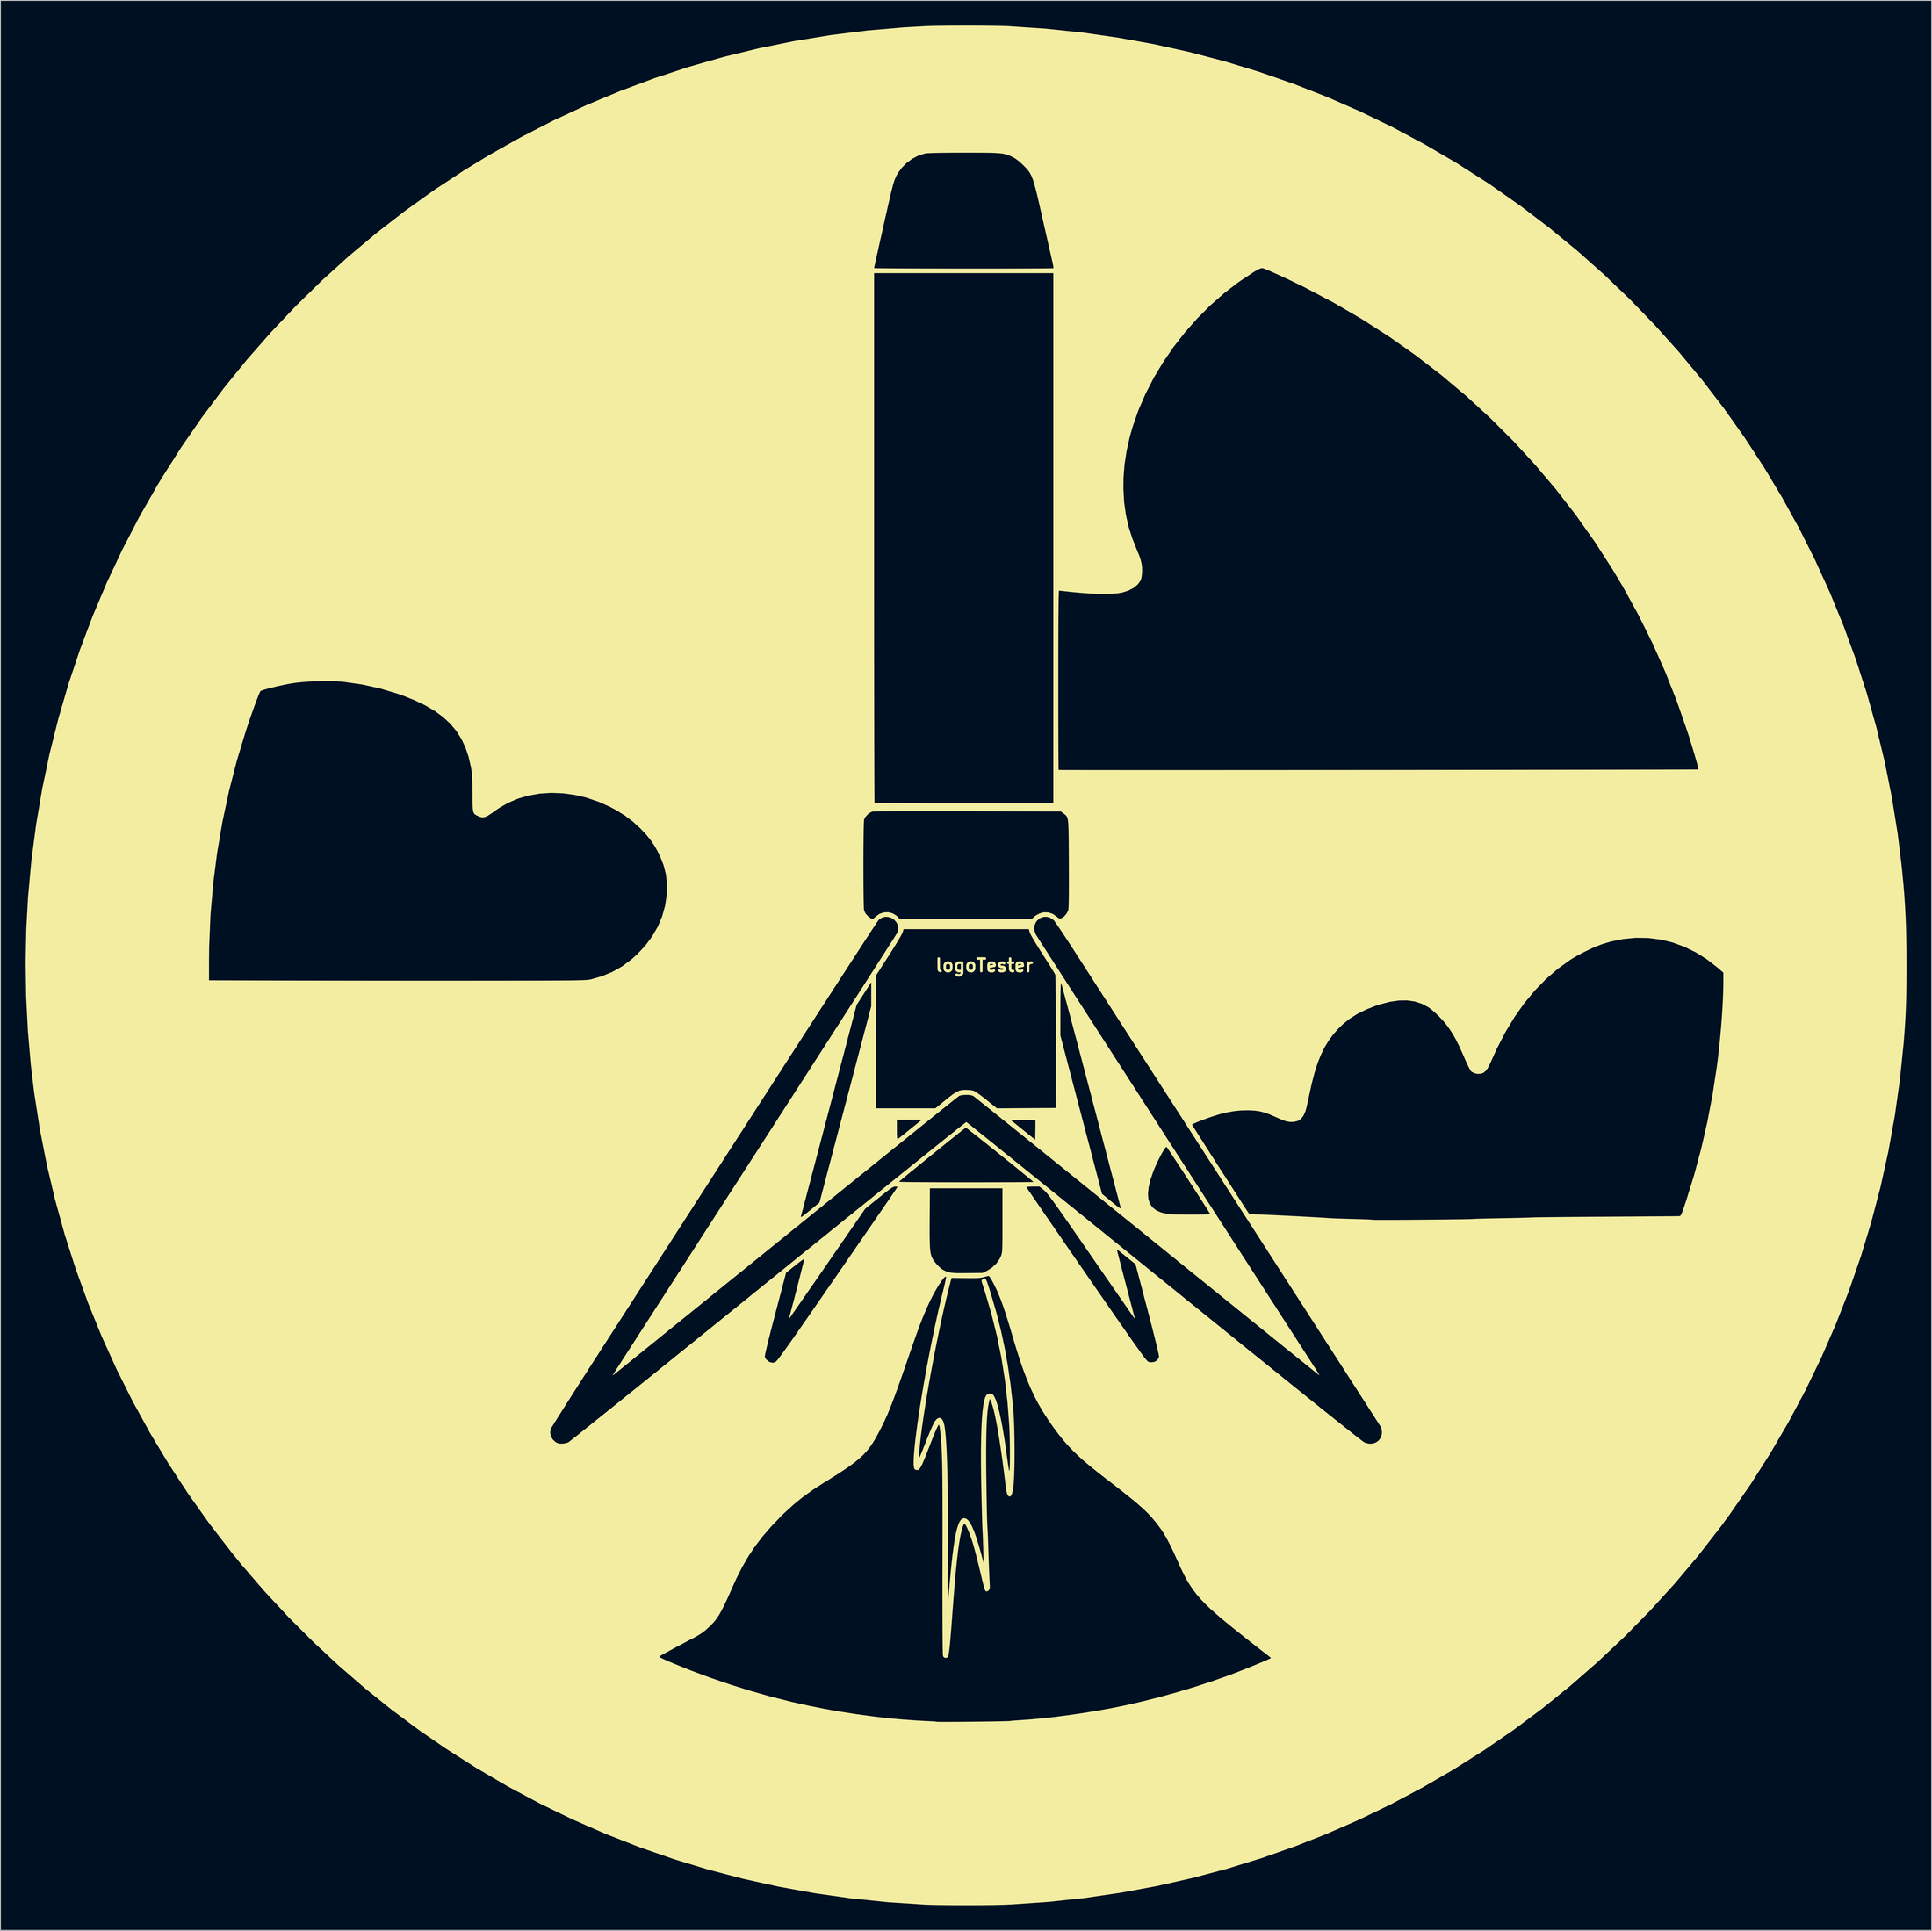
<source format=kicad_pcb>
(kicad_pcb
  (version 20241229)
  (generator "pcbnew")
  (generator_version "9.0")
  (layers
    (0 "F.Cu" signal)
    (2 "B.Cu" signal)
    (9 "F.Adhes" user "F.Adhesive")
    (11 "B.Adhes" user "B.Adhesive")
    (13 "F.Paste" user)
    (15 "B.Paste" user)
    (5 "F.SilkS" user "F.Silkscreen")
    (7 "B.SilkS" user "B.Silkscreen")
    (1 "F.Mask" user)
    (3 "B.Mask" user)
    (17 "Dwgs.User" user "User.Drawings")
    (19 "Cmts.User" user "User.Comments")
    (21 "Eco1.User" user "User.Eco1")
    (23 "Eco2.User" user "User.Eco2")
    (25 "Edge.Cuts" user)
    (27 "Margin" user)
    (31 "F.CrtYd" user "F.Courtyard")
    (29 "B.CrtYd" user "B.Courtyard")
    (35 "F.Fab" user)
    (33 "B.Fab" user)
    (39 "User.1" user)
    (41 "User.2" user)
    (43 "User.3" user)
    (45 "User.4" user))
  (footprint "logoTester"
    (layer "F.Cu")
    (at 114.117 111.904)
    (property "Reference" "logoTester" (at 0 0 0) (layer "F.SilkS") (effects (font (size 1.5 1.5) (thickness 0.3))))
    (attr board_only exclude_from_pos_files exclude_from_bom)
    (fp_poly (pts (xy -1.271 -111.903) (xy -0.314 -111.898) (xy 0.592 -111.889) (xy 1.419 -111.877) (xy 2.14 -111.861) (xy 2.728 -111.842) (xy 2.879 -111.836) (xy 7.278 -111.543) (xy 11.637 -111.087) (xy 15.954 -110.468) (xy 20.226 -109.689) (xy 24.449 -108.749) (xy 28.621 -107.651) (xy 32.74 -106.393) (xy 36.802 -104.979) (xy 40.804 -103.408) (xy 44.743 -101.681) (xy 48.617 -99.8) (xy 52.422 -97.765) (xy 56.157 -95.578) (xy 59.817 -93.239) (xy 60.286 -92.924) (xy 63.839 -90.43) (xy 67.279 -87.812) (xy 70.604 -85.075) (xy 73.812 -82.223) (xy 76.9 -79.259) (xy 79.866 -76.188) (xy 82.707 -73.014) (xy 85.421 -69.74) (xy 88.005 -66.371) (xy 90.458 -62.911) (xy 92.776 -59.363) (xy 94.957 -55.732) (xy 97 -52.022) (xy 98.9 -48.237) (xy 100.656 -44.381) (xy 102.266 -40.457) (xy 103.727 -36.47) (xy 105.037 -32.424) (xy 106.192 -28.323) (xy 107.192 -24.17) (xy 108.032 -19.97) (xy 108.712 -15.728) (xy 109.132 -12.361) (xy 109.281 -10.937) (xy 109.407 -9.606) (xy 109.511 -8.337) (xy 109.594 -7.097) (xy 109.659 -5.852) (xy 109.707 -4.572) (xy 109.739 -3.223) (xy 109.758 -1.773) (xy 109.765 -0.19) (xy 109.765 -0.042) (xy 109.762 1.247) (xy 109.754 2.397) (xy 109.74 3.437) (xy 109.717 4.398) (xy 109.685 5.308) (xy 109.643 6.198) (xy 109.59 7.097) (xy 109.525 8.036) (xy 109.446 9.044) (xy 109.428 9.271) (xy 108.985 13.609) (xy 108.377 17.91) (xy 107.606 22.171) (xy 106.674 26.389) (xy 105.58 30.559) (xy 104.327 34.679) (xy 102.917 38.744) (xy 101.35 42.75) (xy 99.628 46.695) (xy 97.752 50.574) (xy 95.724 54.384) (xy 93.544 58.121) (xy 91.216 61.781) (xy 88.739 65.361) (xy 87.683 66.802) (xy 85.027 70.225) (xy 82.237 73.547) (xy 79.317 76.763) (xy 76.27 79.87) (xy 73.1 82.862) (xy 69.812 85.737) (xy 66.421 88.481) (xy 63.016 91.024) (xy 59.501 93.443) (xy 55.885 95.731) (xy 52.178 97.884) (xy 48.388 99.896) (xy 44.526 101.762) (xy 40.6 103.477) (xy 37.084 104.864) (xy 33.03 106.292) (xy 28.917 107.562) (xy 24.751 108.673) (xy 20.537 109.625) (xy 16.281 110.415) (xy 11.989 111.043) (xy 7.666 111.507) (xy 3.318 111.807) (xy 2.709 111.836) (xy 2.133 111.856) (xy 1.418 111.873) (xy 0.595 111.886) (xy -0.31 111.895) (xy -1.268 111.9) (xy -2.252 111.902) (xy -3.232 111.9) (xy -4.181 111.894) (xy -5.071 111.884) (xy -5.874 111.871) (xy -6.562 111.854) (xy -7.07 111.835) (xy -11.485 111.545) (xy -15.856 111.093) (xy -20.182 110.478) (xy -24.461 109.701) (xy -28.69 108.764) (xy -32.867 107.666) (xy -36.991 106.409) (xy -41.058 104.994) (xy -45.067 103.42) (xy -49.016 101.689) (xy -52.903 99.802) (xy -56.725 97.759) (xy -60.48 95.561) (xy -64.167 93.208) (xy -67.256 91.08) (xy -70.523 88.653) (xy -73.729 86.076) (xy -76.862 83.362) (xy -78.005 82.297) (xy -38.669 82.297) (xy -38.647 82.35) (xy -38.55 82.422) (xy -38.361 82.523) (xy -38.063 82.662) (xy -37.64 82.847) (xy -37.178 83.045) (xy -34.978 83.939) (xy -32.655 84.804) (xy -30.259 85.624) (xy -27.834 86.383) (xy -25.428 87.067) (xy -23.089 87.659) (xy -22.901 87.704) (xy -20.967 88.136) (xy -19.077 88.517) (xy -17.185 88.855) (xy -15.248 89.156) (xy -13.22 89.429) (xy -11.599 89.621) (xy -11.05 89.677) (xy -10.38 89.737) (xy -9.636 89.798) (xy -8.869 89.856) (xy -8.125 89.907) (xy -7.452 89.947) (xy -7.027 89.968) (xy -6.574 89.989) (xy -6.182 90.012) (xy -5.883 90.034) (xy -5.707 90.053) (xy -5.673 90.062) (xy -5.581 90.07) (xy -5.34 90.074) (xy -4.969 90.077) (xy -4.486 90.077) (xy -3.912 90.076) (xy -3.266 90.072) (xy -2.568 90.067) (xy -1.836 90.061) (xy -1.09 90.054) (xy -0.35 90.045) (xy 0.365 90.036) (xy 1.035 90.026) (xy 1.641 90.015) (xy 2.164 90.005) (xy 2.583 89.995) (xy 2.881 89.984) (xy 3.036 89.974) (xy 3.048 89.973) (xy 3.216 89.951) (xy 3.51 89.924) (xy 3.885 89.897) (xy 4.233 89.875) (xy 5.58 89.778) (xy 7.054 89.638) (xy 8.619 89.459) (xy 10.239 89.246) (xy 11.88 89.004) (xy 13.506 88.738) (xy 15.081 88.454) (xy 16.57 88.155) (xy 16.879 88.089) (xy 18.861 87.633) (xy 20.897 87.114) (xy 22.949 86.544) (xy 24.976 85.935) (xy 26.939 85.299) (xy 28.8 84.646) (xy 30.001 84.194) (xy 30.653 83.939) (xy 31.301 83.681) (xy 31.925 83.428) (xy 32.507 83.19) (xy 33.028 82.972) (xy 33.468 82.784) (xy 33.809 82.634) (xy 34.031 82.528) (xy 34.116 82.476) (xy 34.117 82.475) (xy 34.052 82.404) (xy 33.882 82.26) (xy 33.64 82.07) (xy 33.547 82) (xy 33.154 81.701) (xy 32.656 81.315) (xy 32.081 80.865) (xy 31.455 80.372) (xy 30.805 79.856) (xy 30.158 79.339) (xy 29.54 78.842) (xy 28.979 78.387) (xy 28.501 77.994) (xy 28.448 77.95) (xy 27.591 77.223) (xy 26.857 76.566) (xy 26.229 75.959) (xy 25.687 75.384) (xy 25.211 74.82) (xy 24.783 74.247) (xy 24.584 73.956) (xy 24.369 73.624) (xy 24.169 73.295) (xy 23.973 72.944) (xy 23.766 72.545) (xy 23.536 72.073) (xy 23.27 71.503) (xy 22.955 70.81) (xy 22.852 70.582) (xy 22.442 69.687) (xy 22.071 68.924) (xy 21.725 68.267) (xy 21.387 67.686) (xy 21.042 67.156) (xy 20.673 66.648) (xy 20.401 66.299) (xy 20.101 65.937) (xy 19.793 65.587) (xy 19.464 65.239) (xy 19.1 64.88) (xy 18.689 64.501) (xy 18.219 64.089) (xy 17.675 63.634) (xy 17.047 63.124) (xy 16.321 62.549) (xy 15.483 61.896) (xy 14.522 61.156) (xy 14.486 61.128) (xy 13.468 60.336) (xy 12.574 59.615) (xy 11.787 58.947) (xy 11.086 58.314) (xy 10.454 57.696) (xy 9.871 57.075) (xy 9.318 56.433) (xy 8.777 55.752) (xy 8.229 55.011) (xy 8.145 54.894) (xy 7.517 53.985) (xy 6.946 53.089) (xy 6.422 52.186) (xy 5.936 51.256) (xy 5.479 50.277) (xy 5.041 49.229) (xy 4.612 48.09) (xy 4.185 46.841) (xy 3.748 45.46) (xy 3.421 44.365) (xy 3.077 43.206) (xy 2.768 42.194) (xy 2.485 41.31) (xy 2.224 40.539) (xy 1.978 39.861) (xy 1.74 39.259) (xy 1.505 38.716) (xy 1.267 38.213) (xy 1.231 38.142) (xy 0.959 37.618) (xy 0.748 37.25) (xy 0.597 37.037) (xy 0.508 36.975) (xy 0.36 37.007) (xy 0.112 37.071) (xy -0.085 37.125) (xy -0.297 37.174) (xy -0.554 37.208) (xy -0.885 37.229) (xy -1.314 37.239) (xy -1.872 37.238) (xy -2.225 37.234) (xy -3.9 37.211) (xy -3.979 37.507) (xy -4.267 38.616) (xy -4.563 39.831) (xy -4.864 41.136) (xy -5.167 42.511) (xy -5.468 43.939) (xy -5.765 45.402) (xy -6.054 46.881) (xy -6.331 48.36) (xy -6.594 49.819) (xy -6.839 51.242) (xy -7.062 52.609) (xy -7.261 53.903) (xy -7.432 55.106) (xy -7.572 56.201) (xy -7.678 57.168) (xy -7.746 57.99) (xy -7.749 58.039) (xy -7.765 58.277) (xy -7.776 58.462) (xy -7.777 58.583) (xy -7.76 58.628) (xy -7.72 58.586) (xy -7.649 58.446) (xy -7.543 58.197) (xy -7.394 57.828) (xy -7.196 57.327) (xy -6.943 56.683) (xy -6.86 56.473) (xy -6.645 55.937) (xy -6.433 55.43) (xy -6.238 54.981) (xy -6.073 54.622) (xy -5.952 54.381) (xy -5.925 54.337) (xy -5.677 54.025) (xy -5.434 53.879) (xy -5.208 53.895) (xy -5.009 54.069) (xy -4.848 54.397) (xy -4.756 54.748) (xy -4.676 55.27) (xy -4.604 55.959) (xy -4.54 56.812) (xy -4.485 57.827) (xy -4.438 59) (xy -4.4 60.329) (xy -4.371 61.812) (xy -4.35 63.446) (xy -4.339 65.228) (xy -4.336 67.155) (xy -4.342 69.226) (xy -4.348 70.231) (xy -4.355 71.429) (xy -4.36 72.491) (xy -4.362 73.414) (xy -4.361 74.193) (xy -4.358 74.825) (xy -4.353 75.306) (xy -4.345 75.631) (xy -4.335 75.797) (xy -4.322 75.8) (xy -4.314 75.734) (xy -4.284 75.396) (xy -4.242 74.928) (xy -4.192 74.368) (xy -4.137 73.755) (xy -4.081 73.127) (xy -4.061 72.898) (xy -3.931 71.527) (xy -3.799 70.32) (xy -3.665 69.27) (xy -3.527 68.373) (xy -3.384 67.622) (xy -3.236 67.011) (xy -3.08 66.535) (xy -2.915 66.187) (xy -2.741 65.963) (xy -2.672 65.908) (xy -2.433 65.817) (xy -2.193 65.86) (xy -1.951 66.043) (xy -1.704 66.368) (xy -1.45 66.841) (xy -1.186 67.465) (xy -0.911 68.245) (xy -0.622 69.186) (xy -0.336 70.215) (xy -0.084 71.162) (xy -0.13 69.469) (xy -0.146 68.915) (xy -0.164 68.388) (xy -0.182 67.921) (xy -0.199 67.552) (xy -0.213 67.316) (xy -0.213 67.31) (xy -0.223 67.132) (xy -0.236 66.803) (xy -0.251 66.343) (xy -0.269 65.771) (xy -0.288 65.105) (xy -0.308 64.365) (xy -0.329 63.569) (xy -0.348 62.78) (xy -0.384 60.936) (xy -0.402 59.245) (xy -0.402 57.708) (xy -0.382 56.326) (xy -0.345 55.102) (xy -0.289 54.036) (xy -0.215 53.131) (xy -0.122 52.389) (xy -0.012 51.809) (xy 0.117 51.395) (xy 0.26 51.151) (xy 0.491 51.006) (xy 0.758 50.98) (xy 0.994 51.076) (xy 1.042 51.121) (xy 1.221 51.399) (xy 1.407 51.839) (xy 1.597 52.437) (xy 1.79 53.184) (xy 1.985 54.074) (xy 2.181 55.102) (xy 2.375 56.261) (xy 2.567 57.545) (xy 2.723 58.695) (xy 2.788 59.177) (xy 2.852 59.594) (xy 2.909 59.922) (xy 2.955 60.131) (xy 2.983 60.198) (xy 3.004 60.117) (xy 3.021 59.89) (xy 3.034 59.539) (xy 3.042 59.087) (xy 3.046 58.556) (xy 3.045 57.97) (xy 3.04 57.352) (xy 3.031 56.723) (xy 3.018 56.107) (xy 3.001 55.527) (xy 2.98 55.005) (xy 2.963 54.695) (xy 2.749 51.935) (xy 2.439 49.281) (xy 2.027 46.695) (xy 1.505 44.139) (xy 0.866 41.574) (xy 0.103 38.963) (xy -0.279 37.773) (xy -0.33 37.569) (xy -0.298 37.448) (xy -0.209 37.368) (xy -0.101 37.293) (xy -0.011 37.251) (xy 0.07 37.258) (xy 0.149 37.329) (xy 0.235 37.48) (xy 0.336 37.726) (xy 0.459 38.082) (xy 0.613 38.564) (xy 0.806 39.187) (xy 0.888 39.455) (xy 1.477 41.49) (xy 1.988 43.516) (xy 2.428 45.565) (xy 2.803 47.67) (xy 3.118 49.864) (xy 3.381 52.18) (xy 3.443 52.832) (xy 3.488 53.413) (xy 3.525 54.108) (xy 3.554 54.891) (xy 3.576 55.739) (xy 3.591 56.626) (xy 3.598 57.529) (xy 3.597 58.423) (xy 3.589 59.282) (xy 3.573 60.084) (xy 3.549 60.802) (xy 3.518 61.413) (xy 3.479 61.893) (xy 3.456 62.082) (xy 3.375 62.569) (xy 3.293 62.908) (xy 3.203 63.12) (xy 3.095 63.225) (xy 2.997 63.246) (xy 2.853 63.177) (xy 2.733 62.964) (xy 2.633 62.6) (xy 2.55 62.076) (xy 2.543 62.018) (xy 2.349 60.426) (xy 2.155 58.943) (xy 1.961 57.575) (xy 1.771 56.329) (xy 1.583 55.213) (xy 1.401 54.234) (xy 1.225 53.398) (xy 1.056 52.712) (xy 0.895 52.185) (xy 0.796 51.928) (xy 0.653 51.604) (xy 0.544 52.065) (xy 0.455 52.529) (xy 0.381 53.116) (xy 0.322 53.835) (xy 0.276 54.692) (xy 0.244 55.697) (xy 0.225 56.857) (xy 0.219 57.87) (xy 0.219 58.578) (xy 0.223 59.357) (xy 0.229 60.189) (xy 0.238 61.054) (xy 0.249 61.932) (xy 0.262 62.803) (xy 0.277 63.648) (xy 0.292 64.448) (xy 0.309 65.183) (xy 0.326 65.834) (xy 0.343 66.38) (xy 0.36 66.802) (xy 0.377 67.082) (xy 0.382 67.141) (xy 0.395 67.32) (xy 0.411 67.635) (xy 0.429 68.052) (xy 0.448 68.538) (xy 0.463 69.003) (xy 0.5 70.17) (xy 0.536 71.209) (xy 0.571 72.112) (xy 0.604 72.868) (xy 0.634 73.466) (xy 0.639 73.553) (xy 0.655 73.907) (xy 0.648 74.136) (xy 0.611 74.283) (xy 0.539 74.39) (xy 0.511 74.419) (xy 0.345 74.527) (xy 0.213 74.538) (xy 0.166 74.51) (xy 0.12 74.453) (xy 0.071 74.351) (xy 0.012 74.186) (xy -0.059 73.942) (xy -0.149 73.601) (xy -0.261 73.148) (xy -0.402 72.565) (xy -0.576 71.836) (xy -0.595 71.755) (xy -0.747 71.13) (xy -0.91 70.481) (xy -1.074 69.853) (xy -1.227 69.292) (xy -1.355 68.844) (xy -1.371 68.792) (xy -1.532 68.293) (xy -1.706 67.807) (xy -1.882 67.358) (xy -2.049 66.974) (xy -2.195 66.681) (xy -2.31 66.504) (xy -2.367 66.463) (xy -2.434 66.537) (xy -2.522 66.724) (xy -2.574 66.865) (xy -2.69 67.26) (xy -2.801 67.726) (xy -2.908 68.272) (xy -3.013 68.909) (xy -3.116 69.646) (xy -3.219 70.491) (xy -3.322 71.456) (xy -3.427 72.548) (xy -3.536 73.778) (xy -3.648 75.155) (xy -3.765 76.689) (xy -3.808 77.258) (xy -3.888 78.334) (xy -3.959 79.253) (xy -4.022 80.025) (xy -4.079 80.664) (xy -4.13 81.181) (xy -4.176 81.587) (xy -4.22 81.895) (xy -4.262 82.115) (xy -4.304 82.26) (xy -4.326 82.311) (xy -4.476 82.448) (xy -4.671 82.46) (xy -4.846 82.355) (xy -4.916 82.24) (xy -4.93 82.116) (xy -4.943 81.824) (xy -4.954 81.364) (xy -4.963 80.737) (xy -4.971 79.944) (xy -4.977 78.986) (xy -4.981 77.863) (xy -4.984 76.577) (xy -4.985 75.128) (xy -4.985 73.517) (xy -4.983 71.745) (xy -4.982 71) (xy -4.979 69.252) (xy -4.977 67.663) (xy -4.977 66.225) (xy -4.978 64.926) (xy -4.98 63.758) (xy -4.984 62.71) (xy -4.989 61.773) (xy -4.996 60.938) (xy -5.005 60.194) (xy -5.017 59.531) (xy -5.03 58.941) (xy -5.046 58.413) (xy -5.064 57.937) (xy -5.085 57.504) (xy -5.108 57.105) (xy -5.135 56.728) (xy -5.164 56.365) (xy -5.173 56.261) (xy -5.228 55.674) (xy -5.277 55.239) (xy -5.321 54.943) (xy -5.364 54.767) (xy -5.408 54.697) (xy -5.419 54.695) (xy -5.487 54.774) (xy -5.61 55.012) (xy -5.786 55.406) (xy -6.015 55.955) (xy -6.296 56.656) (xy -6.628 57.508) (xy -6.682 57.647) (xy -6.957 58.351) (xy -7.185 58.911) (xy -7.374 59.341) (xy -7.532 59.658) (xy -7.667 59.877) (xy -7.787 60.013) (xy -7.901 60.081) (xy -7.966 60.096) (xy -8.193 60.06) (xy -8.305 59.977) (xy -8.375 59.79) (xy -8.411 59.448) (xy -8.413 58.963) (xy -8.384 58.345) (xy -8.325 57.607) (xy -8.239 56.759) (xy -8.126 55.812) (xy -7.989 54.777) (xy -7.83 53.665) (xy -7.65 52.488) (xy -7.451 51.256) (xy -7.235 49.981) (xy -7.003 48.673) (xy -6.758 47.343) (xy -6.501 46.003) (xy -6.234 44.664) (xy -5.959 43.337) (xy -5.678 42.033) (xy -5.391 40.762) (xy -5.102 39.537) (xy -4.83 38.439) (xy -4.721 37.99) (xy -4.636 37.598) (xy -4.58 37.293) (xy -4.559 37.104) (xy -4.565 37.057) (xy -4.659 37.072) (xy -4.816 37.219) (xy -5.024 37.48) (xy -5.271 37.836) (xy -5.544 38.268) (xy -5.832 38.757) (xy -6.122 39.285) (xy -6.402 39.833) (xy -6.479 39.993) (xy -6.783 40.647) (xy -7.082 41.333) (xy -7.386 42.073) (xy -7.702 42.891) (xy -8.042 43.81) (xy -8.412 44.852) (xy -8.713 45.72) (xy -9.162 47.024) (xy -9.563 48.181) (xy -9.921 49.205) (xy -10.241 50.108) (xy -10.529 50.904) (xy -10.79 51.607) (xy -11.028 52.231) (xy -11.249 52.788) (xy -11.458 53.292) (xy -11.66 53.757) (xy -11.861 54.197) (xy -12.065 54.624) (xy -12.275 55.046) (xy -12.631 55.736) (xy -12.968 56.348) (xy -13.302 56.896) (xy -13.647 57.395) (xy -14.016 57.856) (xy -14.425 58.296) (xy -14.888 58.726) (xy -15.419 59.162) (xy -16.032 59.617) (xy -16.743 60.105) (xy -17.564 60.64) (xy -18.512 61.235) (xy -19.095 61.595) (xy -20.428 62.457) (xy -21.637 63.331) (xy -22.766 64.253) (xy -23.86 65.257) (xy -24.219 65.611) (xy -25.364 66.806) (xy -26.373 67.972) (xy -27.27 69.141) (xy -28.076 70.347) (xy -28.815 71.622) (xy -29.509 72.998) (xy -29.925 73.914) (xy -30.323 74.814) (xy -30.669 75.575) (xy -30.972 76.214) (xy -31.244 76.75) (xy -31.494 77.2) (xy -31.732 77.583) (xy -31.97 77.915) (xy -32.216 78.217) (xy -32.482 78.504) (xy -32.623 78.646) (xy -33.15 79.131) (xy -33.674 79.532) (xy -34.258 79.893) (xy -34.713 80.135) (xy -35.031 80.298) (xy -35.432 80.508) (xy -35.892 80.752) (xy -36.384 81.015) (xy -36.885 81.285) (xy -37.368 81.547) (xy -37.808 81.787) (xy -38.18 81.992) (xy -38.458 82.149) (xy -38.617 82.243) (xy -38.634 82.254) (xy -38.669 82.297) (xy -78.005 82.297) (xy -79.908 80.523) (xy -82.853 77.573) (xy -85.685 74.524) (xy -88.389 71.388) (xy -89.552 69.962) (xy -92.208 66.516) (xy -94.721 62.982) (xy -97.089 59.364) (xy -99.311 55.666) (xy -99.326 55.639) (xy -51.68 55.639) (xy -51.593 56.056) (xy -51.377 56.438) (xy -51.05 56.746) (xy -50.842 56.865) (xy -50.52 56.944) (xy -50.12 56.94) (xy -49.709 56.858) (xy -49.53 56.793) (xy -49.443 56.731) (xy -49.229 56.566) (xy -48.892 56.302) (xy -48.439 55.942) (xy -47.873 55.492) (xy -47.199 54.953) (xy -46.422 54.331) (xy -45.547 53.629) (xy -44.578 52.851) (xy -43.52 52.001) (xy -42.377 51.082) (xy -41.156 50.098) (xy -39.86 49.054) (xy -38.493 47.952) (xy -37.062 46.798) (xy -36.841 46.619) (xy -26.125 46.619) (xy -25.986 46.886) (xy -25.746 47.118) (xy -25.468 47.257) (xy -25.414 47.269) (xy -25.24 47.298) (xy -25.164 47.316) (xy -25.079 47.295) (xy -24.9 47.228) (xy -24.868 47.215) (xy -24.817 47.18) (xy -24.741 47.105) (xy -24.635 46.984) (xy -24.495 46.81) (xy -24.318 46.578) (xy -24.097 46.281) (xy -23.83 45.913) (xy -23.511 45.467) (xy -23.136 44.939) (xy -22.701 44.32) (xy -22.202 43.606) (xy -21.634 42.791) (xy -20.992 41.867) (xy -20.273 40.829) (xy -19.472 39.671) (xy -18.585 38.386) (xy -17.607 36.968) (xy -17.462 36.759) (xy -16.642 35.569) (xy -15.848 34.418) (xy -15.087 33.312) (xy -14.362 32.26) (xy -14.068 31.833) (xy -6.508 31.833) (xy -6.504 32.509) (xy -6.492 33.065) (xy -6.472 33.518) (xy -6.443 33.884) (xy -6.404 34.181) (xy -6.353 34.424) (xy -6.29 34.63) (xy -6.213 34.816) (xy -6.165 34.914) (xy -5.975 35.213) (xy -5.706 35.545) (xy -5.405 35.863) (xy -5.115 36.117) (xy -4.956 36.223) (xy -4.698 36.359) (xy -4.464 36.463) (xy -4.227 36.538) (xy -3.958 36.59) (xy -3.629 36.621) (xy -3.213 36.637) (xy -2.68 36.64) (xy -2.072 36.636) (xy -0.207 36.618) (xy 0.355 36.341) (xy 0.918 35.984) (xy 1.413 35.516) (xy 1.801 34.979) (xy 1.962 34.65) (xy 2.009 34.531) (xy 2.047 34.417) (xy 2.078 34.291) (xy 2.103 34.136) (xy 2.122 33.936) (xy 2.136 33.674) (xy 2.146 33.334) (xy 2.153 32.899) (xy 2.156 32.353) (xy 2.158 31.68) (xy 2.159 30.863) (xy 2.159 30.353) (xy 2.159 26.543) (xy -2.159 26.543) (xy -6.477 26.543) (xy -6.502 30.057) (xy -6.508 31.021) (xy -6.508 31.833) (xy -14.068 31.833) (xy -13.68 31.269) (xy -13.046 30.347) (xy -12.466 29.502) (xy -11.943 28.741) (xy -11.484 28.072) (xy -11.094 27.502) (xy -10.779 27.041) (xy -10.543 26.694) (xy -10.391 26.47) (xy -10.342 26.395) (xy 5.001 26.395) (xy 5.049 26.471) (xy 5.188 26.678) (xy 5.413 27.009) (xy 5.718 27.457) (xy 6.098 28.012) (xy 6.547 28.669) (xy 7.062 29.418) (xy 7.635 30.253) (xy 8.263 31.165) (xy 8.939 32.147) (xy 9.658 33.191) (xy 10.415 34.29) (xy 11.205 35.435) (xy 12.022 36.619) (xy 12.138 36.788) (xy 13.114 38.201) (xy 13.999 39.481) (xy 14.797 40.635) (xy 15.513 41.669) (xy 16.152 42.59) (xy 16.718 43.403) (xy 17.216 44.116) (xy 17.65 44.735) (xy 18.026 45.267) (xy 18.347 45.718) (xy 18.619 46.095) (xy 18.846 46.404) (xy 19.033 46.651) (xy 19.184 46.844) (xy 19.304 46.988) (xy 19.398 47.091) (xy 19.471 47.159) (xy 19.526 47.198) (xy 19.555 47.211) (xy 19.904 47.26) (xy 20.25 47.203) (xy 20.529 47.052) (xy 20.596 46.983) (xy 20.73 46.768) (xy 20.795 46.601) (xy 20.784 46.478) (xy 20.729 46.2) (xy 20.634 45.774) (xy 20.499 45.208) (xy 20.327 44.509) (xy 20.12 43.686) (xy 19.879 42.747) (xy 19.606 41.698) (xy 19.422 40.994) (xy 17.999 35.584) (xy 16.894 34.69) (xy 16.529 34.396) (xy 16.212 34.145) (xy 15.967 33.953) (xy 15.814 33.838) (xy 15.774 33.813) (xy 15.792 33.895) (xy 15.848 34.123) (xy 15.939 34.48) (xy 16.06 34.95) (xy 16.206 35.513) (xy 16.373 36.155) (xy 16.555 36.856) (xy 16.75 37.6) (xy 16.951 38.37) (xy 17.156 39.148) (xy 17.358 39.917) (xy 17.554 40.659) (xy 17.739 41.359) (xy 17.864 41.825) (xy 17.909 42.011) (xy 17.9 42.053) (xy 17.829 41.972) (xy 17.814 41.952) (xy 17.749 41.861) (xy 17.594 41.639) (xy 17.357 41.297) (xy 17.042 40.843) (xy 16.658 40.288) (xy 16.21 39.64) (xy 15.705 38.909) (xy 15.149 38.105) (xy 14.549 37.237) (xy 13.911 36.313) (xy 13.243 35.345) (xy 12.645 34.478) (xy 11.827 33.294) (xy 11.1 32.241) (xy 10.456 31.312) (xy 9.89 30.497) (xy 9.397 29.79) (xy 8.97 29.181) (xy 8.603 28.663) (xy 8.29 28.227) (xy 8.026 27.865) (xy 7.805 27.569) (xy 7.62 27.331) (xy 7.466 27.142) (xy 7.337 26.995) (xy 7.227 26.88) (xy 7.131 26.791) (xy 7.084 26.752) (xy 6.564 26.331) (xy 5.78 26.331) (xy 5.44 26.338) (xy 5.175 26.355) (xy 5.023 26.379) (xy 5.001 26.395) (xy -10.342 26.395) (xy -10.33 26.376) (xy -10.329 26.374) (xy -10.404 26.345) (xy -10.586 26.332) (xy -10.616 26.331) (xy -10.724 26.345) (xy -10.854 26.394) (xy -11.025 26.49) (xy -11.254 26.646) (xy -11.557 26.873) (xy -11.953 27.183) (xy -12.458 27.588) (xy -12.542 27.655) (xy -14.182 28.979) (xy -18.655 35.466) (xy -19.303 36.406) (xy -19.925 37.307) (xy -20.514 38.159) (xy -21.063 38.952) (xy -21.565 39.677) (xy -22.013 40.323) (xy -22.4 40.881) (xy -22.72 41.341) (xy -22.965 41.692) (xy -23.13 41.926) (xy -23.207 42.032) (xy -23.211 42.037) (xy -23.264 42.063) (xy -23.249 41.995) (xy -23.203 41.839) (xy -23.122 41.548) (xy -23.013 41.145) (xy -22.882 40.649) (xy -22.732 40.08) (xy -22.571 39.461) (xy -22.402 38.81) (xy -22.232 38.15) (xy -22.065 37.5) (xy -21.907 36.881) (xy -21.764 36.314) (xy -21.64 35.819) (xy -21.541 35.418) (xy -21.473 35.131) (xy -21.44 34.977) (xy -21.438 34.958) (xy -21.508 34.982) (xy -21.687 35.098) (xy -21.952 35.29) (xy -22.281 35.541) (xy -22.531 35.74) (xy -23.6 36.598) (xy -24.889 41.501) (xy -25.202 42.696) (xy -25.468 43.731) (xy -25.689 44.605) (xy -25.865 45.321) (xy -25.995 45.879) (xy -26.081 46.283) (xy -26.123 46.532) (xy -26.125 46.619) (xy -36.841 46.619) (xy -35.57 45.593) (xy -34.022 44.344) (xy -32.424 43.052) (xy -30.779 41.722) (xy -29.092 40.358) (xy -27.369 38.964) (xy -25.739 37.644) (xy -23.988 36.227) (xy -22.27 34.837) (xy -20.59 33.479) (xy -18.953 32.156) (xy -17.364 30.871) (xy -15.827 29.63) (xy -14.346 28.435) (xy -12.927 27.29) (xy -11.574 26.199) (xy -11.03 25.76) (xy -10.155 25.76) (xy -10.073 25.769) (xy -9.833 25.778) (xy -9.447 25.786) (xy -8.927 25.794) (xy -8.285 25.801) (xy -7.531 25.807) (xy -6.677 25.812) (xy -5.736 25.817) (xy -4.719 25.82) (xy -3.637 25.822) (xy -2.503 25.823) (xy -2.159 25.823) (xy -1.011 25.823) (xy 0.088 25.822) (xy 1.126 25.82) (xy 2.091 25.817) (xy 2.972 25.814) (xy 3.757 25.811) (xy 4.434 25.807) (xy 4.992 25.802) (xy 5.42 25.797) (xy 5.704 25.792) (xy 5.835 25.787) (xy 5.842 25.785) (xy 5.778 25.721) (xy 5.596 25.563) (xy 5.308 25.323) (xy 4.93 25.011) (xy 4.475 24.638) (xy 3.957 24.216) (xy 3.39 23.756) (xy 2.787 23.269) (xy 2.163 22.766) (xy 1.531 22.258) (xy 0.906 21.757) (xy 0.301 21.273) (xy -0.27 20.819) (xy -0.793 20.404) (xy -1.254 20.04) (xy -1.639 19.739) (xy -1.935 19.511) (xy -2.127 19.367) (xy -2.201 19.32) (xy -2.201 19.32) (xy -2.285 19.378) (xy -2.485 19.532) (xy -2.787 19.77) (xy -3.178 20.08) (xy -3.642 20.451) (xy -4.167 20.872) (xy -4.739 21.331) (xy -5.343 21.818) (xy -5.965 22.322) (xy -6.592 22.829) (xy -7.21 23.331) (xy -7.805 23.815) (xy -8.363 24.27) (xy -8.87 24.685) (xy -9.312 25.048) (xy -9.675 25.348) (xy -9.946 25.574) (xy -10.109 25.716) (xy -10.155 25.76) (xy -11.03 25.76) (xy -10.292 25.165) (xy -9.086 24.194) (xy -7.96 23.287) (xy -6.918 22.45) (xy -5.967 21.686) (xy -5.109 20.998) (xy -4.351 20.391) (xy -3.696 19.867) (xy -3.15 19.432) (xy -2.716 19.089) (xy -2.401 18.841) (xy -2.208 18.692) (xy -2.142 18.646) (xy -2.069 18.701) (xy -1.869 18.858) (xy -1.548 19.114) (xy -1.109 19.465) (xy -0.557 19.908) (xy 0.104 20.439) (xy 0.867 21.053) (xy 1.729 21.748) (xy 2.685 22.519) (xy 3.731 23.362) (xy 4.861 24.274) (xy 6.071 25.251) (xy 7.356 26.289) (xy 8.712 27.384) (xy 10.134 28.533) (xy 11.617 29.732) (xy 13.156 30.977) (xy 14.747 32.264) (xy 16.385 33.589) (xy 18.066 34.949) (xy 19.784 36.34) (xy 21.383 37.634) (xy 23.784 39.578) (xy 26.06 41.419) (xy 28.21 43.158) (xy 30.234 44.794) (xy 32.131 46.326) (xy 33.902 47.755) (xy 35.546 49.081) (xy 37.062 50.302) (xy 38.451 51.419) (xy 39.712 52.432) (xy 40.845 53.34) (xy 41.848 54.143) (xy 42.723 54.84) (xy 43.469 55.432) (xy 44.085 55.918) (xy 44.571 56.299) (xy 44.927 56.572) (xy 45.152 56.74) (xy 45.242 56.798) (xy 45.724 56.943) (xy 46.185 56.944) (xy 46.6 56.815) (xy 46.944 56.571) (xy 47.191 56.226) (xy 47.318 55.793) (xy 47.329 55.608) (xy 47.309 55.321) (xy 47.259 55.08) (xy 47.231 55.009) (xy 47.178 54.925) (xy 47.037 54.703) (xy 46.811 54.35) (xy 46.503 53.869) (xy 46.116 53.266) (xy 45.653 52.547) (xy 45.118 51.715) (xy 44.515 50.776) (xy 43.845 49.735) (xy 43.114 48.597) (xy 42.323 47.368) (xy 41.476 46.052) (xy 40.576 44.654) (xy 39.627 43.179) (xy 38.632 41.633) (xy 37.593 40.021) (xy 36.516 38.346) (xy 35.401 36.616) (xy 34.254 34.834) (xy 33.076 33.006) (xy 31.872 31.136) (xy 30.644 29.23) (xy 30.523 29.043) (xy 29.265 27.089) (xy 28.016 25.15) (xy 26.78 23.232) (xy 25.562 21.341) (xy 24.366 19.484) (xy 24.03 18.961) (xy 24.723 18.961) (xy 24.767 19.037) (xy 24.894 19.242) (xy 25.096 19.562) (xy 25.363 19.984) (xy 25.687 20.495) (xy 26.059 21.08) (xy 26.472 21.727) (xy 26.915 22.422) (xy 27.381 23.151) (xy 27.86 23.901) (xy 28.345 24.658) (xy 28.826 25.409) (xy 29.295 26.141) (xy 29.743 26.84) (xy 30.162 27.491) (xy 30.543 28.083) (xy 30.877 28.601) (xy 31.155 29.032) (xy 31.37 29.362) (xy 31.512 29.578) (xy 31.53 29.604) (xy 31.613 29.611) (xy 31.838 29.623) (xy 32.177 29.638) (xy 32.604 29.656) (xy 33.02 29.672) (xy 33.61 29.696) (xy 34.314 29.727) (xy 35.103 29.764) (xy 35.95 29.805) (xy 36.826 29.849) (xy 37.703 29.895) (xy 38.554 29.941) (xy 39.349 29.985) (xy 40.062 30.026) (xy 40.663 30.063) (xy 41.126 30.094) (xy 41.153 30.096) (xy 41.39 30.109) (xy 41.766 30.125) (xy 42.252 30.143) (xy 42.818 30.161) (xy 43.433 30.179) (xy 43.947 30.193) (xy 44.545 30.209) (xy 45.086 30.227) (xy 45.548 30.245) (xy 45.907 30.262) (xy 46.142 30.277) (xy 46.228 30.29) (xy 46.317 30.296) (xy 46.56 30.3) (xy 46.938 30.302) (xy 47.436 30.303) (xy 48.036 30.302) (xy 48.723 30.3) (xy 49.48 30.296) (xy 50.29 30.292) (xy 51.136 30.286) (xy 52.003 30.279) (xy 52.873 30.272) (xy 53.729 30.264) (xy 54.556 30.256) (xy 55.336 30.247) (xy 56.053 30.238) (xy 56.691 30.229) (xy 57.232 30.22) (xy 57.661 30.212) (xy 57.96 30.203) (xy 58.113 30.195) (xy 58.126 30.193) (xy 58.246 30.184) (xy 58.516 30.173) (xy 58.917 30.16) (xy 59.43 30.147) (xy 60.035 30.132) (xy 60.712 30.118) (xy 61.443 30.104) (xy 61.639 30.1) (xy 62.383 30.087) (xy 63.079 30.073) (xy 63.708 30.059) (xy 64.252 30.045) (xy 64.689 30.032) (xy 65.001 30.021) (xy 65.168 30.012) (xy 65.185 30.01) (xy 65.297 30.005) (xy 65.566 30) (xy 65.981 29.993) (xy 66.531 29.986) (xy 67.204 29.978) (xy 67.988 29.97) (xy 68.871 29.962) (xy 69.842 29.953) (xy 70.889 29.945) (xy 72.001 29.936) (xy 73.166 29.928) (xy 73.948 29.923) (xy 75.142 29.915) (xy 76.29 29.907) (xy 77.381 29.9) (xy 78.404 29.892) (xy 79.346 29.885) (xy 80.197 29.879) (xy 80.944 29.873) (xy 81.576 29.868) (xy 82.081 29.864) (xy 82.448 29.86) (xy 82.665 29.857) (xy 82.719 29.856) (xy 82.791 29.843) (xy 82.857 29.801) (xy 82.925 29.708) (xy 83.004 29.545) (xy 83.104 29.293) (xy 83.233 28.932) (xy 83.4 28.442) (xy 83.528 28.06) (xy 84.477 25.01) (xy 85.326 21.851) (xy 86.067 18.615) (xy 86.693 15.333) (xy 87.196 12.037) (xy 87.286 11.345) (xy 87.441 10.025) (xy 87.581 8.665) (xy 87.702 7.299) (xy 87.804 5.958) (xy 87.883 4.674) (xy 87.938 3.479) (xy 87.966 2.404) (xy 87.969 1.975) (xy 87.969 0.859) (xy 87.27 0.258) (xy 86.007 -0.725) (xy 84.69 -1.552) (xy 83.325 -2.221) (xy 81.921 -2.73) (xy 80.483 -3.078) (xy 79.019 -3.263) (xy 77.537 -3.285) (xy 76.042 -3.141) (xy 74.543 -2.831) (xy 73.542 -2.529) (xy 72.926 -2.296) (xy 72.223 -1.99) (xy 71.484 -1.636) (xy 70.76 -1.259) (xy 70.103 -0.885) (xy 69.765 -0.674) (xy 68.275 0.396) (xy 66.863 1.616) (xy 65.53 2.983) (xy 64.277 4.498) (xy 63.106 6.157) (xy 62.017 7.959) (xy 61.012 9.903) (xy 60.369 11.324) (xy 60.115 11.879) (xy 59.886 12.291) (xy 59.665 12.581) (xy 59.433 12.77) (xy 59.173 12.88) (xy 59.066 12.904) (xy 58.681 12.915) (xy 58.299 12.823) (xy 57.989 12.648) (xy 57.93 12.592) (xy 57.837 12.452) (xy 57.694 12.185) (xy 57.516 11.822) (xy 57.318 11.394) (xy 57.164 11.046) (xy 56.786 10.186) (xy 56.448 9.459) (xy 56.135 8.836) (xy 55.832 8.292) (xy 55.524 7.799) (xy 55.196 7.328) (xy 54.87 6.9) (xy 54.528 6.5) (xy 54.119 6.072) (xy 53.684 5.655) (xy 53.264 5.289) (xy 52.901 5.014) (xy 52.86 4.986) (xy 52.079 4.569) (xy 51.234 4.295) (xy 50.32 4.165) (xy 49.332 4.179) (xy 48.265 4.335) (xy 47.114 4.635) (xy 46.639 4.791) (xy 45.456 5.253) (xy 44.413 5.769) (xy 43.488 6.355) (xy 42.656 7.025) (xy 42.162 7.505) (xy 41.54 8.208) (xy 40.987 8.957) (xy 40.496 9.769) (xy 40.058 10.663) (xy 39.666 11.657) (xy 39.312 12.769) (xy 38.986 14.018) (xy 38.74 15.129) (xy 38.622 15.693) (xy 38.505 16.223) (xy 38.399 16.69) (xy 38.309 17.061) (xy 38.242 17.309) (xy 38.225 17.363) (xy 37.986 17.897) (xy 37.69 18.278) (xy 37.322 18.519) (xy 36.867 18.632) (xy 36.598 18.644) (xy 36.332 18.632) (xy 36.077 18.595) (xy 35.8 18.52) (xy 35.467 18.399) (xy 35.046 18.22) (xy 34.605 18.021) (xy 33.92 17.725) (xy 33.322 17.512) (xy 32.76 17.371) (xy 32.18 17.289) (xy 31.53 17.255) (xy 31.284 17.252) (xy 30.476 17.276) (xy 29.67 17.36) (xy 28.841 17.51) (xy 27.959 17.733) (xy 26.999 18.035) (xy 25.931 18.422) (xy 25.628 18.54) (xy 25.27 18.685) (xy 24.979 18.814) (xy 24.786 18.911) (xy 24.723 18.961) (xy 24.03 18.961) (xy 23.195 17.666) (xy 22.054 15.894) (xy 20.946 14.174) (xy 19.876 12.512) (xy 18.847 10.914) (xy 17.863 9.386) (xy 16.929 7.935) (xy 16.048 6.567) (xy 15.224 5.287) (xy 14.461 4.102) (xy 13.764 3.018) (xy 13.135 2.042) (xy 12.58 1.179) (xy 12.101 0.435) (xy 11.704 -0.183) (xy 11.391 -0.669) (xy 11.223 -0.931) (xy 10.727 -1.7) (xy 10.252 -2.433) (xy 9.806 -3.115) (xy 9.397 -3.734) (xy 9.036 -4.276) (xy 8.731 -4.727) (xy 8.492 -5.073) (xy 8.327 -5.302) (xy 8.252 -5.392) (xy 7.863 -5.664) (xy 7.437 -5.788) (xy 7.007 -5.767) (xy 6.605 -5.606) (xy 6.264 -5.311) (xy 6.112 -5.09) (xy 5.947 -4.653) (xy 5.944 -4.206) (xy 6.104 -3.736) (xy 6.206 -3.551) (xy 6.266 -3.457) (xy 6.414 -3.226) (xy 6.645 -2.866) (xy 6.956 -2.381) (xy 7.343 -1.779) (xy 7.802 -1.066) (xy 8.329 -0.247) (xy 8.92 0.671) (xy 9.571 1.683) (xy 10.277 2.781) (xy 11.036 3.96) (xy 11.843 5.213) (xy 12.694 6.535) (xy 13.585 7.92) (xy 14.512 9.36) (xy 15.472 10.85) (xy 16.46 12.384) (xy 17.472 13.956) (xy 18.504 15.559) (xy 19.552 17.188) (xy 20.613 18.835) (xy 21.683 20.496) (xy 22.757 22.163) (xy 23.831 23.831) (xy 24.902 25.494) (xy 25.965 27.145) (xy 27.017 28.778) (xy 28.054 30.387) (xy 29.071 31.967) (xy 30.065 33.509) (xy 31.031 35.01) (xy 31.967 36.461) (xy 32.867 37.858) (xy 33.727 39.194) (xy 34.545 40.463) (xy 35.316 41.659) (xy 36.035 42.775) (xy 36.7 43.806) (xy 37.305 44.745) (xy 37.847 45.586) (xy 38.323 46.323) (xy 38.727 46.95) (xy 39.057 47.46) (xy 39.307 47.848) (xy 39.427 48.033) (xy 39.626 48.349) (xy 39.774 48.598) (xy 39.856 48.756) (xy 39.859 48.799) (xy 39.858 48.798) (xy 39.784 48.74) (xy 39.584 48.58) (xy 39.263 48.321) (xy 38.824 47.968) (xy 38.275 47.524) (xy 37.619 46.995) (xy 36.861 46.383) (xy 36.007 45.693) (xy 35.062 44.929) (xy 34.031 44.095) (xy 32.918 43.195) (xy 31.729 42.234) (xy 30.469 41.215) (xy 29.142 40.142) (xy 27.755 39.019) (xy 26.311 37.851) (xy 24.817 36.642) (xy 23.276 35.395) (xy 21.694 34.114) (xy 20.077 32.805) (xy 19.312 32.186) (xy 17.678 30.863) (xy 16.077 29.568) (xy 14.514 28.304) (xy 12.994 27.075) (xy 11.523 25.885) (xy 10.104 24.739) (xy 8.744 23.64) (xy 7.447 22.593) (xy 6.219 21.601) (xy 5.064 20.67) (xy 3.988 19.802) (xy 2.996 19.002) (xy 2.267 18.415) (xy 3.157 18.415) (xy 4.605 19.588) (xy 6.054 20.761) (xy 6.077 19.598) (xy 6.084 19.172) (xy 6.085 18.812) (xy 6.081 18.548) (xy 6.072 18.412) (xy 6.068 18.401) (xy 5.977 18.392) (xy 5.745 18.386) (xy 5.4 18.384) (xy 4.971 18.387) (xy 4.596 18.392) (xy 3.157 18.415) (xy 2.267 18.415) (xy 2.092 18.274) (xy 1.282 17.623) (xy 0.571 17.051) (xy -0.037 16.564) (xy -0.535 16.165) (xy -0.919 15.859) (xy -1.184 15.649) (xy -1.325 15.54) (xy -1.347 15.525) (xy -1.588 15.454) (xy -1.931 15.418) (xy -2.314 15.416) (xy -2.672 15.448) (xy -2.943 15.513) (xy -2.984 15.532) (xy -3.068 15.594) (xy -3.278 15.759) (xy -3.61 16.022) (xy -4.058 16.38) (xy -4.617 16.828) (xy -5.283 17.362) (xy -6.05 17.978) (xy -6.912 18.672) (xy -7.866 19.439) (xy -8.906 20.277) (xy -10.026 21.18) (xy -11.222 22.145) (xy -12.489 23.167) (xy -13.822 24.243) (xy -15.215 25.368) (xy -16.663 26.538) (xy -18.162 27.749) (xy -19.706 28.998) (xy -21.291 30.279) (xy -22.91 31.589) (xy -23.643 32.182) (xy -25.276 33.503) (xy -26.875 34.797) (xy -28.435 36.06) (xy -29.952 37.287) (xy -31.42 38.475) (xy -32.834 39.619) (xy -34.19 40.716) (xy -35.482 41.761) (xy -36.704 42.75) (xy -37.854 43.68) (xy -38.924 44.545) (xy -39.91 45.343) (xy -40.807 46.069) (xy -41.61 46.718) (xy -42.314 47.288) (xy -42.914 47.773) (xy -43.405 48.169) (xy -43.782 48.474) (xy -44.039 48.681) (xy -44.172 48.789) (xy -44.19 48.803) (xy -44.21 48.787) (xy -44.15 48.658) (xy -44.021 48.443) (xy -44.013 48.429) (xy -43.945 48.324) (xy -43.789 48.082) (xy -43.548 47.708) (xy -43.225 47.206) (xy -42.824 46.583) (xy -42.347 45.843) (xy -41.798 44.991) (xy -41.181 44.033) (xy -40.499 42.974) (xy -39.754 41.818) (xy -38.951 40.571) (xy -38.092 39.238) (xy -37.181 37.824) (xy -36.222 36.335) (xy -35.217 34.774) (xy -34.169 33.149) (xy -33.083 31.462) (xy -32.102 29.941) (xy -21.837 29.941) (xy -21.792 29.952) (xy -21.676 29.89) (xy -21.476 29.747) (xy -21.178 29.512) (xy -20.768 29.179) (xy -20.669 29.096) (xy -19.62 28.231) (xy -17.336 19.563) (xy -10.414 19.563) (xy -10.409 20.041) (xy -10.393 20.402) (xy -10.369 20.629) (xy -10.338 20.705) (xy -10.334 20.704) (xy -10.247 20.638) (xy -10.049 20.482) (xy -9.76 20.252) (xy -9.402 19.964) (xy -8.993 19.635) (xy -8.843 19.514) (xy -7.433 18.373) (xy -8.924 18.373) (xy -10.414 18.373) (xy -10.414 19.563) (xy -17.336 19.563) (xy -16.542 16.55) (xy -13.464 4.868) (xy -13.463 3.436) (xy -13.462 2.003) (xy -14.332 3.358) (xy -15.203 4.712) (xy -18.495 17.236) (xy -18.869 18.657) (xy -19.231 20.033) (xy -19.579 21.356) (xy -19.911 22.618) (xy -20.225 23.808) (xy -20.517 24.919) (xy -20.787 25.941) (xy -21.03 26.865) (xy -21.246 27.682) (xy -21.431 28.383) (xy -21.584 28.96) (xy -21.701 29.403) (xy -21.781 29.703) (xy -21.821 29.852) (xy -21.825 29.866) (xy -21.837 29.941) (xy -32.102 29.941) (xy -31.961 29.721) (xy -30.807 27.929) (xy -29.623 26.093) (xy -28.414 24.216) (xy -27.183 22.305) (xy -27.061 22.116) (xy -25.829 20.204) (xy -24.621 18.328) (xy -23.439 16.493) (xy -22.287 14.703) (xy -21.168 12.964) (xy -20.085 11.28) (xy -19.041 9.658) (xy -18.041 8.101) (xy -17.086 6.616) (xy -16.18 5.206) (xy -15.327 3.878) (xy -14.529 2.635) (xy -13.79 1.484) (xy -13.586 1.166) (xy -12.869 1.166) (xy -12.869 9.092) (xy -12.869 17.018) (xy -9.35 17.018) (xy -5.83 17.018) (xy -4.714 16.11) (xy -4.2 15.696) (xy -3.789 15.381) (xy -3.453 15.151) (xy -3.169 14.993) (xy -2.91 14.893) (xy -2.65 14.84) (xy -2.364 14.819) (xy -2.184 14.817) (xy -1.751 14.837) (xy -1.389 14.891) (xy -1.213 14.944) (xy -1.049 15.039) (xy -0.782 15.221) (xy -0.44 15.471) (xy -0.052 15.769) (xy 0.297 16.046) (xy 1.501 17.02) (xy 4.998 16.998) (xy 8.495 16.976) (xy 8.503 9.144) (xy 8.504 8.34) (xy 9.053 8.34) (xy 11.531 17.769) (xy 14.008 27.199) (xy 15.068 28.07) (xy 15.506 28.427) (xy 15.829 28.683) (xy 16.05 28.846) (xy 16.184 28.926) (xy 16.244 28.933) (xy 16.243 28.874) (xy 16.235 28.85) (xy 16.209 28.758) (xy 16.143 28.511) (xy 16.038 28.117) (xy 15.898 27.585) (xy 15.79 27.176) (xy 19.479 27.176) (xy 19.529 27.824) (xy 19.708 28.369) (xy 20.018 28.814) (xy 20.46 29.162) (xy 21.035 29.417) (xy 21.744 29.581) (xy 22.134 29.629) (xy 22.37 29.643) (xy 22.723 29.654) (xy 23.166 29.662) (xy 23.673 29.667) (xy 24.218 29.669) (xy 24.775 29.669) (xy 25.316 29.666) (xy 25.817 29.66) (xy 26.25 29.652) (xy 26.589 29.641) (xy 26.809 29.628) (xy 26.881 29.615) (xy 26.842 29.539) (xy 26.72 29.338) (xy 26.526 29.026) (xy 26.268 28.618) (xy 25.958 28.132) (xy 25.605 27.581) (xy 25.219 26.982) (xy 24.811 26.349) (xy 24.39 25.699) (xy 23.967 25.047) (xy 23.551 24.409) (xy 23.153 23.799) (xy 22.782 23.234) (xy 22.449 22.728) (xy 22.164 22.298) (xy 21.937 21.959) (xy 21.778 21.727) (xy 21.696 21.616) (xy 21.689 21.609) (xy 21.597 21.663) (xy 21.452 21.849) (xy 21.266 22.144) (xy 21.051 22.525) (xy 20.819 22.968) (xy 20.584 23.45) (xy 20.358 23.947) (xy 20.154 24.437) (xy 20.094 24.588) (xy 19.763 25.562) (xy 19.558 26.423) (xy 19.479 27.176) (xy 15.79 27.176) (xy 15.723 26.925) (xy 15.517 26.144) (xy 15.281 25.252) (xy 15.019 24.257) (xy 14.732 23.167) (xy 14.423 21.993) (xy 14.093 20.741) (xy 13.746 19.421) (xy 13.383 18.042) (xy 13.007 16.612) (xy 12.702 15.452) (xy 12.317 13.988) (xy 11.943 12.569) (xy 11.582 11.202) (xy 11.237 9.897) (xy 10.91 8.662) (xy 10.603 7.506) (xy 10.319 6.437) (xy 10.059 5.465) (xy 9.827 4.597) (xy 9.624 3.843) (xy 9.453 3.211) (xy 9.316 2.711) (xy 9.215 2.349) (xy 9.154 2.136) (xy 9.134 2.079) (xy 9.116 2.141) (xy 9.1 2.357) (xy 9.085 2.713) (xy 9.074 3.193) (xy 9.064 3.782) (xy 9.059 4.465) (xy 9.056 5.169) (xy 9.053 8.34) (xy 8.504 8.34) (xy 8.504 8.003) (xy 8.503 6.908) (xy 8.501 5.87) (xy 8.497 4.902) (xy 8.492 4.017) (xy 8.487 3.226) (xy 8.48 2.541) (xy 8.472 1.975) (xy 8.464 1.541) (xy 8.455 1.249) (xy 8.445 1.113) (xy 8.443 1.107) (xy 8.382 0.987) (xy 8.239 0.744) (xy 8.028 0.397) (xy 7.76 -0.035) (xy 7.447 -0.531) (xy 7.1 -1.075) (xy 6.939 -1.325) (xy 6.517 -1.987) (xy 6.15 -2.579) (xy 5.846 -3.086) (xy 5.613 -3.493) (xy 5.461 -3.786) (xy 5.401 -3.935) (xy 5.299 -4.318) (xy -2.159 -4.318) (xy -9.617 -4.318) (xy -9.713 -3.957) (xy -9.784 -3.794) (xy -9.937 -3.507) (xy -10.162 -3.116) (xy -10.449 -2.637) (xy -10.786 -2.09) (xy -11.163 -1.491) (xy -11.34 -1.215) (xy -12.869 1.166) (xy -13.586 1.166) (xy -13.113 0.429) (xy -12.502 -0.525) (xy -11.96 -1.373) (xy -11.489 -2.109) (xy -11.093 -2.729) (xy -10.776 -3.227) (xy -10.541 -3.599) (xy -10.39 -3.839) (xy -10.327 -3.943) (xy -10.326 -3.946) (xy -10.238 -4.378) (xy -10.293 -4.78) (xy -10.465 -5.136) (xy -10.731 -5.43) (xy -11.064 -5.646) (xy -11.44 -5.769) (xy -11.834 -5.781) (xy -12.22 -5.668) (xy -12.574 -5.414) (xy -12.597 -5.39) (xy -12.664 -5.297) (xy -12.818 -5.067) (xy -13.057 -4.707) (xy -13.376 -4.222) (xy -13.772 -3.617) (xy -14.241 -2.898) (xy -14.778 -2.071) (xy -15.382 -1.143) (xy -16.047 -0.117) (xy -16.77 0.998) (xy -17.548 2.199) (xy -18.376 3.479) (xy -19.251 4.833) (xy -20.17 6.254) (xy -21.128 7.737) (xy -22.121 9.276) (xy -23.146 10.865) (xy -24.2 12.5) (xy -25.278 14.173) (xy -25.911 15.155) (xy -27.086 16.979) (xy -28.28 18.834) (xy -29.489 20.711) (xy -30.705 22.599) (xy -31.922 24.488) (xy -33.133 26.369) (xy -34.333 28.231) (xy -35.514 30.065) (xy -36.671 31.862) (xy -37.797 33.61) (xy -38.886 35.3) (xy -39.931 36.923) (xy -40.926 38.467) (xy -41.864 39.925) (xy -42.74 41.284) (xy -43.547 42.537) (xy -44.278 43.672) (xy -44.927 44.68) (xy -45.239 45.164) (xy -45.992 46.334) (xy -46.722 47.47) (xy -47.421 48.561) (xy -48.086 49.6) (xy -48.71 50.577) (xy -49.289 51.486) (xy -49.816 52.316) (xy -50.286 53.059) (xy -50.695 53.708) (xy -51.036 54.253) (xy -51.304 54.686) (xy -51.494 54.998) (xy -51.6 55.181) (xy -51.621 55.224) (xy -51.68 55.639) (xy -99.326 55.639) (xy -101.384 51.892) (xy -103.307 48.046) (xy -105.079 44.132) (xy -106.698 40.155) (xy -108.161 36.118) (xy -109.469 32.025) (xy -110.617 27.881) (xy -111.606 23.69) (xy -112.434 19.455) (xy -113.097 15.18) (xy -113.489 11.938) (xy -113.843 7.879) (xy -114.053 3.782) (xy -114.084 1.777) (xy -92.287 1.777) (xy -83.587 1.801) (xy -82.458 1.803) (xy -81.178 1.806) (xy -79.766 1.808) (xy -78.239 1.81) (xy -76.615 1.812) (xy -74.914 1.814) (xy -73.153 1.816) (xy -71.35 1.817) (xy -69.525 1.818) (xy -67.695 1.818) (xy -65.878 1.819) (xy -64.093 1.819) (xy -62.358 1.818) (xy -61.172 1.818) (xy -59.381 1.817) (xy -57.751 1.816) (xy -56.275 1.815) (xy -54.944 1.813) (xy -53.751 1.811) (xy -52.686 1.809) (xy -51.743 1.806) (xy -50.913 1.802) (xy -50.189 1.797) (xy -49.561 1.792) (xy -49.023 1.786) (xy -48.566 1.778) (xy -48.182 1.77) (xy -47.863 1.76) (xy -47.601 1.749) (xy -47.389 1.737) (xy -47.217 1.723) (xy -47.079 1.708) (xy -46.965 1.691) (xy -46.869 1.672) (xy -46.821 1.661) (xy -45.484 1.272) (xy -44.254 0.758) (xy -43.11 0.11) (xy -42.035 -0.684) (xy -41.306 -1.337) (xy -40.339 -2.375) (xy -39.521 -3.479) (xy -38.856 -4.64) (xy -38.346 -5.853) (xy -37.996 -7.109) (xy -37.809 -8.402) (xy -37.789 -8.726) (xy -37.791 -9.856) (xy -37.919 -10.914) (xy -38.182 -11.938) (xy -38.264 -12.148) (xy -14.394 -12.148) (xy -14.394 -11.302) (xy -14.391 -10.47) (xy -14.387 -9.671) (xy -14.381 -8.922) (xy -14.373 -8.242) (xy -14.362 -7.649) (xy -14.35 -7.162) (xy -14.336 -6.798) (xy -14.319 -6.577) (xy -14.311 -6.526) (xy -14.113 -6.133) (xy -13.768 -5.785) (xy -13.589 -5.662) (xy -13.412 -5.557) (xy -13.308 -5.505) (xy -13.302 -5.504) (xy -13.227 -5.556) (xy -13.068 -5.692) (xy -12.909 -5.836) (xy -12.461 -6.144) (xy -11.963 -6.31) (xy -11.448 -6.332) (xy -10.949 -6.212) (xy -10.497 -5.951) (xy -10.326 -5.796) (xy -10.042 -5.503) (xy -2.198 -5.503) (xy 5.646 -5.503) (xy 5.808 -5.681) (xy 6.124 -5.944) (xy 6.533 -6.164) (xy 6.957 -6.302) (xy 7.054 -6.319) (xy 7.603 -6.311) (xy 8.126 -6.142) (xy 8.577 -5.839) (xy 8.789 -5.661) (xy 8.932 -5.58) (xy 9.057 -5.579) (xy 9.194 -5.628) (xy 9.504 -5.833) (xy 9.779 -6.15) (xy 9.971 -6.518) (xy 9.993 -6.587) (xy 10.015 -6.739) (xy 10.032 -7.038) (xy 10.046 -7.487) (xy 10.056 -8.089) (xy 10.062 -8.848) (xy 10.065 -9.766) (xy 10.064 -10.846) (xy 10.059 -12.093) (xy 10.059 -12.107) (xy 10.054 -13.208) (xy 10.049 -14.153) (xy 10.043 -14.955) (xy 10.034 -15.626) (xy 10.022 -16.179) (xy 10.005 -16.629) (xy 9.981 -16.987) (xy 9.95 -17.266) (xy 9.909 -17.481) (xy 9.857 -17.642) (xy 9.793 -17.765) (xy 9.716 -17.861) (xy 9.625 -17.943) (xy 9.517 -18.025) (xy 9.426 -18.093) (xy 9.115 -18.33) (xy -1.941 -18.355) (xy -3.3 -18.357) (xy -4.616 -18.359) (xy -5.877 -18.36) (xy -7.074 -18.36) (xy -8.197 -18.36) (xy -9.235 -18.358) (xy -10.178 -18.356) (xy -11.015 -18.353) (xy -11.737 -18.35) (xy -12.333 -18.346) (xy -12.793 -18.341) (xy -13.106 -18.336) (xy -13.263 -18.33) (xy -13.277 -18.329) (xy -13.576 -18.208) (xy -13.882 -17.978) (xy -14.141 -17.689) (xy -14.3 -17.392) (xy -14.307 -17.369) (xy -14.324 -17.222) (xy -14.34 -16.923) (xy -14.353 -16.492) (xy -14.365 -15.946) (xy -14.375 -15.305) (xy -14.382 -14.586) (xy -14.388 -13.808) (xy -14.392 -12.989) (xy -14.394 -12.148) (xy -38.264 -12.148) (xy -38.586 -12.969) (xy -38.869 -13.544) (xy -39.282 -14.273) (xy -39.732 -14.935) (xy -40.254 -15.577) (xy -40.884 -16.248) (xy -40.977 -16.341) (xy -41.84 -17.128) (xy -42.761 -17.826) (xy -43.782 -18.462) (xy -44.565 -18.88) (xy -45.943 -19.495) (xy -47.344 -19.97) (xy -48.753 -20.303) (xy -50.159 -20.495) (xy -51.549 -20.547) (xy -52.909 -20.459) (xy -54.226 -20.232) (xy -55.489 -19.865) (xy -56.683 -19.359) (xy -57.796 -18.715) (xy -58.163 -18.458) (xy -58.644 -18.113) (xy -59.021 -17.866) (xy -59.322 -17.71) (xy -59.573 -17.634) (xy -59.801 -17.629) (xy -60.032 -17.687) (xy -60.21 -17.76) (xy -60.416 -17.853) (xy -60.577 -17.941) (xy -60.7 -18.044) (xy -60.789 -18.183) (xy -60.85 -18.378) (xy -60.889 -18.651) (xy -60.91 -19.022) (xy -60.921 -19.511) (xy -60.925 -20.14) (xy -60.926 -20.477) (xy -60.931 -21.199) (xy -60.94 -21.783) (xy -60.957 -22.258) (xy -60.981 -22.656) (xy -61.017 -23.008) (xy -61.064 -23.343) (xy -61.112 -23.622) (xy -61.392 -24.84) (xy -61.77 -25.958) (xy -62.254 -26.981) (xy -62.852 -27.919) (xy -63.57 -28.777) (xy -64.415 -29.563) (xy -65.394 -30.284) (xy -66.516 -30.948) (xy -67.786 -31.56) (xy -69.212 -32.13) (xy -69.827 -32.346) (xy -71.957 -32.986) (xy -74.101 -33.457) (xy -76.265 -33.762) (xy -76.572 -33.791) (xy -77.329 -33.838) (xy -78.203 -33.856) (xy -79.142 -33.846) (xy -80.096 -33.811) (xy -81.015 -33.751) (xy -81.847 -33.668) (xy -82.246 -33.614) (xy -82.717 -33.535) (xy -83.244 -33.433) (xy -83.797 -33.316) (xy -84.351 -33.19) (xy -84.877 -33.062) (xy -85.348 -32.939) (xy -85.737 -32.827) (xy -86.017 -32.732) (xy -86.159 -32.663) (xy -86.164 -32.658) (xy -86.231 -32.539) (xy -86.345 -32.279) (xy -86.496 -31.9) (xy -86.679 -31.42) (xy -86.886 -30.861) (xy -87.108 -30.243) (xy -87.34 -29.586) (xy -87.572 -28.91) (xy -87.798 -28.236) (xy -87.868 -28.025) (xy -88.96 -24.435) (xy -89.901 -20.79) (xy -90.689 -17.102) (xy -91.323 -13.388) (xy -91.799 -9.66) (xy -92.116 -5.934) (xy -92.27 -2.224) (xy -92.286 -0.614) (xy -92.287 1.777) (xy -114.084 1.777) (xy -114.117 -0.322) (xy -114.036 -4.402) (xy -113.834 -8.086) (xy -113.437 -12.422) (xy -112.875 -16.727) (xy -112.15 -20.995) (xy -111.262 -25.223) (xy -110.214 -29.406) (xy -109.006 -33.541) (xy -107.639 -37.623) (xy -106.116 -41.648) (xy -104.437 -45.612) (xy -102.604 -49.511) (xy -101.871 -50.924) (xy -13.123 -50.924) (xy -13.123 -48.624) (xy -13.123 -46.367) (xy -13.122 -44.159) (xy -13.121 -42.006) (xy -13.12 -39.914) (xy -13.118 -37.889) (xy -13.117 -35.937) (xy -13.115 -34.063) (xy -13.112 -32.273) (xy -13.11 -30.574) (xy -13.107 -28.971) (xy -13.105 -27.471) (xy -13.102 -26.078) (xy -13.098 -24.799) (xy -13.095 -23.64) (xy -13.092 -22.607) (xy -13.088 -21.705) (xy -13.084 -20.941) (xy -13.081 -20.32) (xy -13.077 -19.848) (xy -13.073 -19.532) (xy -13.069 -19.376) (xy -13.067 -19.36) (xy -12.977 -19.353) (xy -12.727 -19.347) (xy -12.329 -19.34) (xy -11.792 -19.334) (xy -11.127 -19.328) (xy -10.343 -19.323) (xy -9.451 -19.318) (xy -8.461 -19.314) (xy -7.383 -19.311) (xy -6.228 -19.308) (xy -5.005 -19.306) (xy -3.726 -19.304) (xy -2.399 -19.304) (xy -2.399 -19.304) (xy 8.213 -19.304) (xy 8.213 -34.027) (xy 8.805 -34.027) (xy 8.805 -33.965) (xy 8.806 -32.636) (xy 8.806 -31.355) (xy 8.808 -30.13) (xy 8.809 -28.974) (xy 8.812 -27.894) (xy 8.814 -26.903) (xy 8.817 -26.01) (xy 8.82 -25.225) (xy 8.824 -24.558) (xy 8.828 -24.02) (xy 8.832 -23.62) (xy 8.836 -23.369) (xy 8.84 -23.276) (xy 8.841 -23.276) (xy 8.927 -23.274) (xy 9.176 -23.272) (xy 9.581 -23.269) (xy 10.136 -23.268) (xy 10.834 -23.266) (xy 11.669 -23.265) (xy 12.634 -23.263) (xy 13.723 -23.262) (xy 14.929 -23.262) (xy 16.246 -23.261) (xy 17.666 -23.26) (xy 19.185 -23.26) (xy 20.794 -23.26) (xy 22.487 -23.26) (xy 24.259 -23.26) (xy 26.102 -23.261) (xy 28.01 -23.261) (xy 29.977 -23.262) (xy 31.995 -23.262) (xy 34.059 -23.263) (xy 36.161 -23.264) (xy 38.296 -23.266) (xy 40.457 -23.267) (xy 42.637 -23.268) (xy 44.829 -23.27) (xy 47.028 -23.271) (xy 49.227 -23.273) (xy 51.418 -23.275) (xy 53.597 -23.277) (xy 55.755 -23.279) (xy 57.887 -23.281) (xy 59.986 -23.283) (xy 62.045 -23.285) (xy 64.059 -23.288) (xy 66.02 -23.29) (xy 67.922 -23.292) (xy 69.758 -23.295) (xy 71.522 -23.297) (xy 73.208 -23.3) (xy 74.809 -23.302) (xy 76.317 -23.305) (xy 77.728 -23.308) (xy 79.034 -23.31) (xy 80.228 -23.313) (xy 81.305 -23.316) (xy 82.258 -23.318) (xy 83.08 -23.321) (xy 83.764 -23.324) (xy 84.304 -23.326) (xy 84.695 -23.329) (xy 84.928 -23.332) (xy 84.998 -23.334) (xy 84.991 -23.428) (xy 84.938 -23.663) (xy 84.845 -24.02) (xy 84.719 -24.477) (xy 84.564 -25.015) (xy 84.386 -25.613) (xy 84.193 -26.252) (xy 83.988 -26.911) (xy 83.779 -27.57) (xy 83.714 -27.771) (xy 82.453 -31.403) (xy 81.058 -34.938) (xy 79.521 -38.392) (xy 77.836 -41.779) (xy 75.997 -45.114) (xy 74.776 -47.159) (xy 72.674 -50.424) (xy 70.435 -53.591) (xy 68.065 -56.654) (xy 65.567 -59.611) (xy 62.948 -62.458) (xy 60.211 -65.189) (xy 57.36 -67.801) (xy 54.401 -70.289) (xy 51.337 -72.65) (xy 48.175 -74.879) (xy 44.917 -76.972) (xy 41.568 -78.926) (xy 38.134 -80.735) (xy 37.804 -80.899) (xy 37.071 -81.257) (xy 36.347 -81.605) (xy 35.65 -81.933) (xy 34.998 -82.234) (xy 34.411 -82.499) (xy 33.907 -82.719) (xy 33.504 -82.887) (xy 33.221 -82.993) (xy 33.105 -83.026) (xy 32.953 -83.016) (xy 32.728 -82.931) (xy 32.407 -82.763) (xy 32.058 -82.555) (xy 30.279 -81.374) (xy 28.564 -80.056) (xy 26.923 -78.612) (xy 25.367 -77.058) (xy 23.905 -75.405) (xy 22.547 -73.667) (xy 21.302 -71.857) (xy 20.181 -69.988) (xy 19.194 -68.073) (xy 18.35 -66.127) (xy 17.66 -64.16) (xy 17.318 -62.954) (xy 16.94 -61.275) (xy 16.691 -59.662) (xy 16.566 -58.075) (xy 16.556 -56.684) (xy 16.647 -55.129) (xy 16.849 -53.664) (xy 17.17 -52.245) (xy 17.621 -50.828) (xy 18.141 -49.53) (xy 18.41 -48.88) (xy 18.599 -48.335) (xy 18.718 -47.854) (xy 18.776 -47.397) (xy 18.782 -46.924) (xy 18.778 -46.821) (xy 18.735 -46.351) (xy 18.661 -45.989) (xy 18.598 -45.827) (xy 18.261 -45.362) (xy 17.781 -44.962) (xy 17.175 -44.64) (xy 16.46 -44.407) (xy 16.387 -44.39) (xy 15.872 -44.307) (xy 15.212 -44.255) (xy 14.427 -44.234) (xy 13.538 -44.243) (xy 12.567 -44.283) (xy 11.534 -44.354) (xy 10.459 -44.453) (xy 10.101 -44.492) (xy 9.679 -44.54) (xy 9.316 -44.579) (xy 9.047 -44.606) (xy 8.904 -44.619) (xy 8.894 -44.619) (xy 8.879 -44.551) (xy 8.866 -44.344) (xy 8.854 -43.995) (xy 8.844 -43.501) (xy 8.835 -42.861) (xy 8.827 -42.071) (xy 8.82 -41.128) (xy 8.815 -40.03) (xy 8.811 -38.773) (xy 8.808 -37.356) (xy 8.806 -35.775) (xy 8.805 -34.027) (xy 8.213 -34.027) (xy 8.213 -50.868) (xy 8.213 -82.432) (xy -2.455 -82.432) (xy -13.123 -82.432) (xy -13.123 -50.924) (xy -101.871 -50.924) (xy -100.618 -53.341) (xy -98.48 -57.098) (xy -97.913 -58.039) (xy -95.581 -61.71) (xy -93.113 -65.281) (xy -90.514 -68.75) (xy -87.787 -72.112) (xy -84.937 -75.364) (xy -81.967 -78.502) (xy -78.881 -81.522) (xy -77.215 -83.031) (xy -13.123 -83.031) (xy -13.041 -83.024) (xy -12.801 -83.018) (xy -12.417 -83.011) (xy -11.9 -83.006) (xy -11.263 -83) (xy -10.519 -82.995) (xy -9.679 -82.991) (xy -8.755 -82.987) (xy -7.761 -82.984) (xy -6.709 -82.981) (xy -5.61 -82.978) (xy -4.477 -82.976) (xy -3.323 -82.975) (xy -2.16 -82.974) (xy -0.999 -82.974) (xy 0.146 -82.974) (xy 1.263 -82.975) (xy 2.341 -82.976) (xy 3.366 -82.978) (xy 4.327 -82.98) (xy 5.21 -82.983) (xy 6.005 -82.987) (xy 6.697 -82.991) (xy 7.276 -82.996) (xy 7.729 -83.001) (xy 8.044 -83.007) (xy 8.207 -83.014) (xy 8.228 -83.017) (xy 8.227 -83.112) (xy 8.191 -83.338) (xy 8.127 -83.663) (xy 8.041 -84.054) (xy 8.031 -84.097) (xy 7.963 -84.391) (xy 7.863 -84.828) (xy 7.735 -85.388) (xy 7.585 -86.048) (xy 7.416 -86.789) (xy 7.235 -87.587) (xy 7.045 -88.422) (xy 6.86 -89.239) (xy 6.627 -90.269) (xy 6.424 -91.149) (xy 6.247 -91.894) (xy 6.09 -92.519) (xy 5.947 -93.04) (xy 5.813 -93.472) (xy 5.682 -93.83) (xy 5.548 -94.128) (xy 5.407 -94.384) (xy 5.251 -94.61) (xy 5.077 -94.824) (xy 4.877 -95.039) (xy 4.646 -95.272) (xy 4.622 -95.296) (xy 4.135 -95.744) (xy 3.698 -96.068) (xy 3.387 -96.242) (xy 3.145 -96.357) (xy 2.925 -96.454) (xy 2.709 -96.534) (xy 2.483 -96.6) (xy 2.229 -96.653) (xy 1.931 -96.693) (xy 1.572 -96.724) (xy 1.137 -96.745) (xy 0.61 -96.76) (xy -0.028 -96.768) (xy -0.79 -96.772) (xy -1.695 -96.774) (xy -2.4 -96.774) (xy -3.496 -96.772) (xy -4.458 -96.766) (xy -5.28 -96.756) (xy -5.956 -96.743) (xy -6.48 -96.726) (xy -6.846 -96.705) (xy -7.044 -96.682) (xy -7.831 -96.438) (xy -8.584 -96.047) (xy -9.276 -95.532) (xy -9.877 -94.916) (xy -10.359 -94.221) (xy -10.485 -93.98) (xy -10.561 -93.818) (xy -10.633 -93.647) (xy -10.705 -93.451) (xy -10.781 -93.217) (xy -10.864 -92.931) (xy -10.958 -92.579) (xy -11.067 -92.147) (xy -11.193 -91.621) (xy -11.341 -90.987) (xy -11.515 -90.232) (xy -11.717 -89.34) (xy -11.952 -88.299) (xy -11.98 -88.175) (xy -12.182 -87.273) (xy -12.373 -86.421) (xy -12.55 -85.632) (xy -12.708 -84.921) (xy -12.846 -84.302) (xy -12.96 -83.789) (xy -13.046 -83.397) (xy -13.101 -83.141) (xy -13.123 -83.033) (xy -13.123 -83.031) (xy -77.215 -83.031) (xy -75.682 -84.421) (xy -72.374 -87.195) (xy -68.962 -89.839) (xy -65.449 -92.351) (xy -61.839 -94.726) (xy -58.914 -96.507) (xy -55.103 -98.651) (xy -51.231 -100.637) (xy -47.3 -102.465) (xy -43.312 -104.134) (xy -39.268 -105.643) (xy -35.171 -106.993) (xy -31.023 -108.181) (xy -26.824 -109.209) (xy -22.577 -110.075) (xy -18.284 -110.779) (xy -13.947 -111.32) (xy -9.567 -111.698) (xy -7.112 -111.837) (xy -6.561 -111.857) (xy -5.87 -111.874) (xy -5.067 -111.887) (xy -4.178 -111.896) (xy -3.231 -111.902) (xy -2.253 -111.904)) (stroke (width 0) (type solid)) (fill yes) (layer "F.SilkS")))
  (gr_rect
    (start -3 -3)
    (end 226.882 226.806)
    (stroke (width 0.1) (type default))
    (fill no)
    (layer "Edge.Cuts")))
</source>
